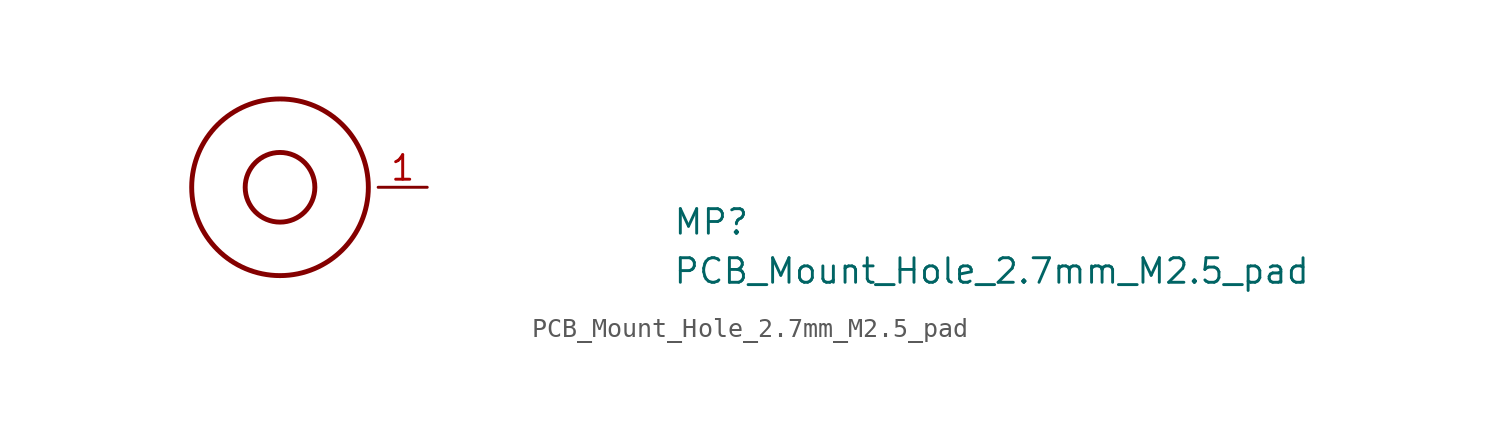
<source format=kicad_sym>
(kicad_symbol_lib
  (version 20211014)
  (generator kicad_symbol_editor)
  (symbol "PCB_Mount_Hole_2.7mm_M2.5_pad"
    (pin_names hide)
    (property "Reference" "MP"
      (at 20.32 -2.54 0)
      (effects (font (size 1.27 1.27) (thickness 0.15)) (justify left bottom)))
    (property "Value" "PCB_Mount_Hole_2.7mm_M2.5_pad"
      (at 20.32 -5.08 0)
      (effects (font (size 1.27 1.27) (thickness 0.15)) (justify left bottom)))
    (symbol "PCB_Mount_Hole_2.7mm_M2.5_pad_1_1"
      (circle (center 0 0) (radius 1.803) (stroke (width 0.254) (type default) (color 0 0 0 0)) (fill (type none)))
      (circle (center 0 0) (radius 4.572) (stroke (width 0.254) (type default) (color 0 0 0 0)) (fill (type none)))
      (pin free line (at 7.62 0 180) (length 2.54) (name "1" (effects (font (size 1.27 1.27)))) (number "1" (effects (font (size 1.27 1.27))))))))
</source>
